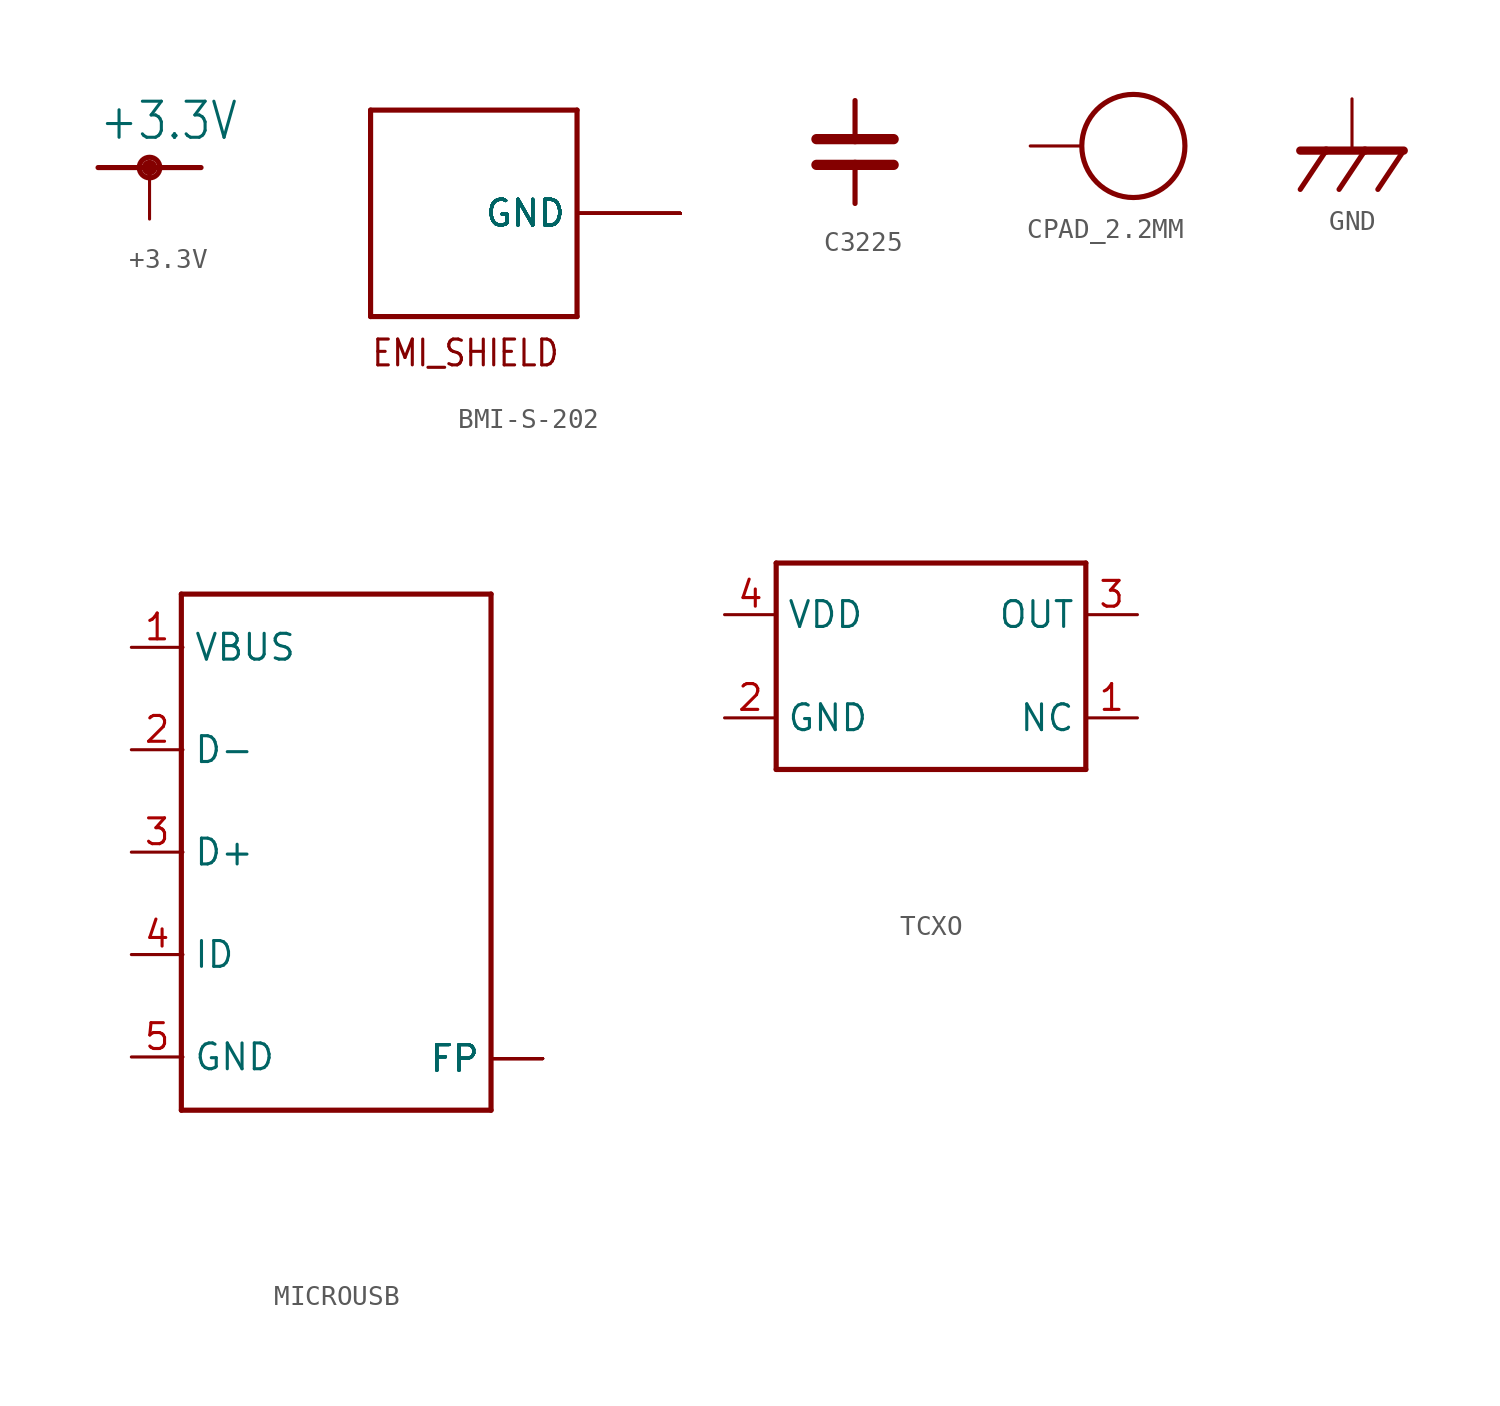
<source format=kicad_sym>
(kicad_symbol_lib
  (version 20220914)
  (generator kicad_symbol_editor)
  (symbol "+3.3V"
    (power)
    (property "Reference" ""
      (at 0 0 0)
      (effects (font (size 1.27 1.27)) hide))
    (property "Value" "+3.3V"
      (at -2.54 1.27 0)
      (effects (font (size 1.778 1.511)) (justify left bottom)))
    (property "ki_locked" ""
      (at 0 0 0)
      (effects (font (size 1.27 1.27))))
    (symbol "+3.3V_1_0"
      (polyline (pts (xy -2.54 0) (xy 2.54 0)) (stroke (width 0.254) (type solid)) (fill (type none)))
      (circle (center 0 0) (radius 0.254) (stroke (width 0.254) (type solid)) (fill (type none)))
      (circle (center 0 0) (radius 0.508) (stroke (width 0.254) (type solid)) (fill (type none)))
      (pin power_out line (at 0 -2.54 90) (length 2.54) (name "+3.3V" (effects (font (size 0 0)))) (number "1" (effects (font (size 0 0)))))))
  (symbol "BMI-S-202"
    (property "Reference" ""
      (at 0 0 0)
      (effects (font (size 1.27 1.27)) hide))
    (property "ki_locked" ""
      (at 0 0 0)
      (effects (font (size 1.27 1.27))))
    (symbol "BMI-S-202_1_0"
      (polyline (pts (xy -5.08 -5.08) (xy 5.08 -5.08)) (stroke (width 0.254) (type solid)) (fill (type none)))
      (polyline (pts (xy -5.08 5.08) (xy -5.08 -5.08)) (stroke (width 0.254) (type solid)) (fill (type none)))
      (polyline (pts (xy 5.08 -5.08) (xy 5.08 5.08)) (stroke (width 0.254) (type solid)) (fill (type none)))
      (polyline (pts (xy 5.08 5.08) (xy -5.08 5.08)) (stroke (width 0.254) (type solid)) (fill (type none)))
      (text "EMI_SHIELD" (at -5.08 -7.62 0) (effects (font (size 1.27 1.079)) (justify left bottom)))
      (pin bidirectional line (at 10.16 0 180) (length 5.08) (name "GND" (effects (font (size 1.27 1.27)))) (number "P1" (effects (font (size 0 0)))))
      (pin bidirectional line (at 10.16 0 180) (length 5.08) (name "GND" (effects (font (size 1.27 1.27)))) (number "P10" (effects (font (size 0 0)))))
      (pin bidirectional line (at 10.16 0 180) (length 5.08) (name "GND" (effects (font (size 1.27 1.27)))) (number "P11" (effects (font (size 0 0)))))
      (pin bidirectional line (at 10.16 0 180) (length 5.08) (name "GND" (effects (font (size 1.27 1.27)))) (number "P12" (effects (font (size 0 0)))))
      (pin bidirectional line (at 10.16 0 180) (length 5.08) (name "GND" (effects (font (size 1.27 1.27)))) (number "P2" (effects (font (size 0 0)))))
      (pin bidirectional line (at 10.16 0 180) (length 5.08) (name "GND" (effects (font (size 1.27 1.27)))) (number "P3" (effects (font (size 0 0)))))
      (pin bidirectional line (at 10.16 0 180) (length 5.08) (name "GND" (effects (font (size 1.27 1.27)))) (number "P4" (effects (font (size 0 0)))))
      (pin bidirectional line (at 10.16 0 180) (length 5.08) (name "GND" (effects (font (size 1.27 1.27)))) (number "P5" (effects (font (size 0 0)))))
      (pin bidirectional line (at 10.16 0 180) (length 5.08) (name "GND" (effects (font (size 1.27 1.27)))) (number "P6" (effects (font (size 0 0)))))
      (pin bidirectional line (at 10.16 0 180) (length 5.08) (name "GND" (effects (font (size 1.27 1.27)))) (number "P7" (effects (font (size 0 0)))))
      (pin bidirectional line (at 10.16 0 180) (length 5.08) (name "GND" (effects (font (size 1.27 1.27)))) (number "P8" (effects (font (size 0 0)))))
      (pin bidirectional line (at 10.16 0 180) (length 5.08) (name "GND" (effects (font (size 1.27 1.27)))) (number "P9" (effects (font (size 0 0)))))))
  (symbol "C3225"
    (property "Reference" ""
      (at 2.54 2.54 0)
      (effects (font (size 1.27 1.079)) (justify left bottom) hide))
    (property "Value" ""
      (at 2.54 -2.54 0)
      (effects (font (size 1.27 1.079)) (justify left bottom)))
    (property "ki_locked" ""
      (at 0 0 0)
      (effects (font (size 1.27 1.27))))
    (symbol "C3225_1_0"
      (polyline (pts (xy -1.905 -0.635) (xy 0 -0.635)) (stroke (width 0.508) (type solid)) (fill (type none)))
      (polyline (pts (xy -1.905 0.635) (xy 0 0.635)) (stroke (width 0.508) (type solid)) (fill (type none)))
      (polyline (pts (xy 0 -0.635) (xy 0 -2.54)) (stroke (width 0.254) (type solid)) (fill (type none)))
      (polyline (pts (xy 0 -0.635) (xy 1.905 -0.635)) (stroke (width 0.508) (type solid)) (fill (type none)))
      (polyline (pts (xy 0 0.635) (xy 1.905 0.635)) (stroke (width 0.508) (type solid)) (fill (type none)))
      (polyline (pts (xy 0 2.54) (xy 0 0.635)) (stroke (width 0.254) (type solid)) (fill (type none)))
      (pin passive line (at 0 2.54 270) (length 0) (name "1" (effects (font (size 0 0)))) (number "P$1" (effects (font (size 0 0)))))
      (pin passive line (at 0 -2.54 90) (length 0) (name "2" (effects (font (size 0 0)))) (number "P$2" (effects (font (size 0 0)))))))
  (symbol "CPAD_2.2MM"
    (power)
    (property "Reference" ""
      (at 0 0 0)
      (effects (font (size 1.27 1.27)) hide))
    (property "ki_locked" ""
      (at 0 0 0)
      (effects (font (size 1.27 1.27))))
    (symbol "CPAD_2.2MM_1_0"
      (circle (center 0 0) (radius 2.54) (stroke (width 0.254) (type solid)) (fill (type none)))
      (pin power_in line (at -5.08 0 0) (length 2.54) (name "P$1" (effects (font (size 0 0)))) (number "EP" (effects (font (size 0 0)))))))
  (symbol "GND"
    (power)
    (property "Reference" ""
      (at 0 0 0)
      (effects (font (size 1.27 1.27)) hide))
    (property "ki_locked" ""
      (at 0 0 0)
      (effects (font (size 1.27 1.27))))
    (symbol "GND_1_0"
      (polyline (pts (xy -2.54 -2.54) (xy -1.27 -2.54)) (stroke (width 0.406) (type solid)) (fill (type none)))
      (polyline (pts (xy -1.27 -2.54) (xy -2.54 -4.445)) (stroke (width 0.254) (type solid)) (fill (type none)))
      (polyline (pts (xy 0.635 -2.54) (xy -1.27 -2.54)) (stroke (width 0.406) (type solid)) (fill (type none)))
      (polyline (pts (xy 0.635 -2.54) (xy -0.635 -4.445)) (stroke (width 0.254) (type solid)) (fill (type none)))
      (polyline (pts (xy 0.635 -2.54) (xy 2.54 -2.54)) (stroke (width 0.406) (type solid)) (fill (type none)))
      (polyline (pts (xy 2.54 -2.54) (xy 1.27 -4.445)) (stroke (width 0.254) (type solid)) (fill (type none)))
      (pin power_out line (at 0 0 270) (length 2.54) (name "GND" (effects (font (size 0 0)))) (number "1" (effects (font (size 0 0)))))))
  (symbol "MICROUSB"
    (property "Reference" ""
      (at -5.08 15.24 0)
      (effects (font (size 1.778 1.511)) (justify left bottom) hide))
    (property "Value" ""
      (at -5.08 -17.78 0)
      (effects (font (size 1.778 1.511)) (justify left bottom)))
    (property "ki_locked" ""
      (at 0 0 0)
      (effects (font (size 1.27 1.27))))
    (symbol "MICROUSB_1_0"
      (polyline (pts (xy -7.62 -12.7) (xy 7.62 -12.7)) (stroke (width 0.254) (type solid)) (fill (type none)))
      (polyline (pts (xy -7.62 12.7) (xy -7.62 -12.7)) (stroke (width 0.254) (type solid)) (fill (type none)))
      (polyline (pts (xy 7.62 -12.7) (xy 7.62 12.7)) (stroke (width 0.254) (type solid)) (fill (type none)))
      (polyline (pts (xy 7.62 12.7) (xy -7.62 12.7)) (stroke (width 0.254) (type solid)) (fill (type none)))
      (pin power_in line (at -10.08 10.08 0) (length 2.54) (name "VBUS" (effects (font (size 1.27 1.27)))) (number "1" (effects (font (size 1.27 1.27)))))
      (pin bidirectional line (at -10.08 5.04 0) (length 2.54) (name "D-" (effects (font (size 1.27 1.27)))) (number "2" (effects (font (size 1.27 1.27)))))
      (pin bidirectional line (at -10.08 0 0) (length 2.54) (name "D+" (effects (font (size 1.27 1.27)))) (number "3" (effects (font (size 1.27 1.27)))))
      (pin bidirectional line (at -10.08 -5.04 0) (length 2.54) (name "ID" (effects (font (size 1.27 1.27)))) (number "4" (effects (font (size 1.27 1.27)))))
      (pin power_in line (at -10.08 -10.08 0) (length 2.54) (name "GND" (effects (font (size 1.27 1.27)))) (number "5" (effects (font (size 1.27 1.27)))))
      (pin power_in line (at 10.16 -10.16 180) (length 2.54) (name "FP" (effects (font (size 1.27 1.27)))) (number "G1" (effects (font (size 0 0)))))
      (pin power_in line (at 10.16 -10.16 180) (length 2.54) (name "FP" (effects (font (size 1.27 1.27)))) (number "G2" (effects (font (size 0 0)))))
      (pin power_in line (at 10.16 -10.16 180) (length 2.54) (name "FP" (effects (font (size 1.27 1.27)))) (number "G3" (effects (font (size 0 0)))))
      (pin power_in line (at 10.16 -10.16 180) (length 2.54) (name "FP" (effects (font (size 1.27 1.27)))) (number "G4" (effects (font (size 0 0)))))
      (pin power_in line (at 10.16 -10.16 180) (length 2.54) (name "FP" (effects (font (size 1.27 1.27)))) (number "G5" (effects (font (size 0 0)))))
      (pin power_in line (at 10.16 -10.16 180) (length 2.54) (name "FP" (effects (font (size 1.27 1.27)))) (number "G6" (effects (font (size 0 0)))))))
  (symbol "TCXO"
    (property "Reference" ""
      (at -5.08 7.62 0)
      (effects (font (size 1.778 1.511) bold) (justify left bottom) hide))
    (property "Value" ""
      (at -5.08 -10.16 0)
      (effects (font (size 1.778 1.511) bold) (justify left bottom)))
    (property "ki_locked" ""
      (at 0 0 0)
      (effects (font (size 1.27 1.27))))
    (symbol "TCXO_1_0"
      (polyline (pts (xy -7.62 -5.08) (xy 7.62 -5.08)) (stroke (width 0.254) (type solid)) (fill (type none)))
      (polyline (pts (xy -7.62 5.08) (xy -7.62 -5.08)) (stroke (width 0.254) (type solid)) (fill (type none)))
      (polyline (pts (xy 7.62 -5.08) (xy 7.62 5.08)) (stroke (width 0.254) (type solid)) (fill (type none)))
      (polyline (pts (xy 7.62 5.08) (xy -7.62 5.08)) (stroke (width 0.254) (type solid)) (fill (type none)))
      (pin bidirectional line (at 10.16 -2.54 180) (length 2.54) (name "NC" (effects (font (size 1.27 1.27)))) (number "1" (effects (font (size 1.27 1.27)))))
      (pin bidirectional line (at -10.16 -2.54 0) (length 2.54) (name "GND" (effects (font (size 1.27 1.27)))) (number "2" (effects (font (size 1.27 1.27)))))
      (pin bidirectional line (at 10.16 2.54 180) (length 2.54) (name "OUT" (effects (font (size 1.27 1.27)))) (number "3" (effects (font (size 1.27 1.27)))))
      (pin bidirectional line (at -10.16 2.54 0) (length 2.54) (name "VDD" (effects (font (size 1.27 1.27)))) (number "4" (effects (font (size 1.27 1.27))))))))
</source>
